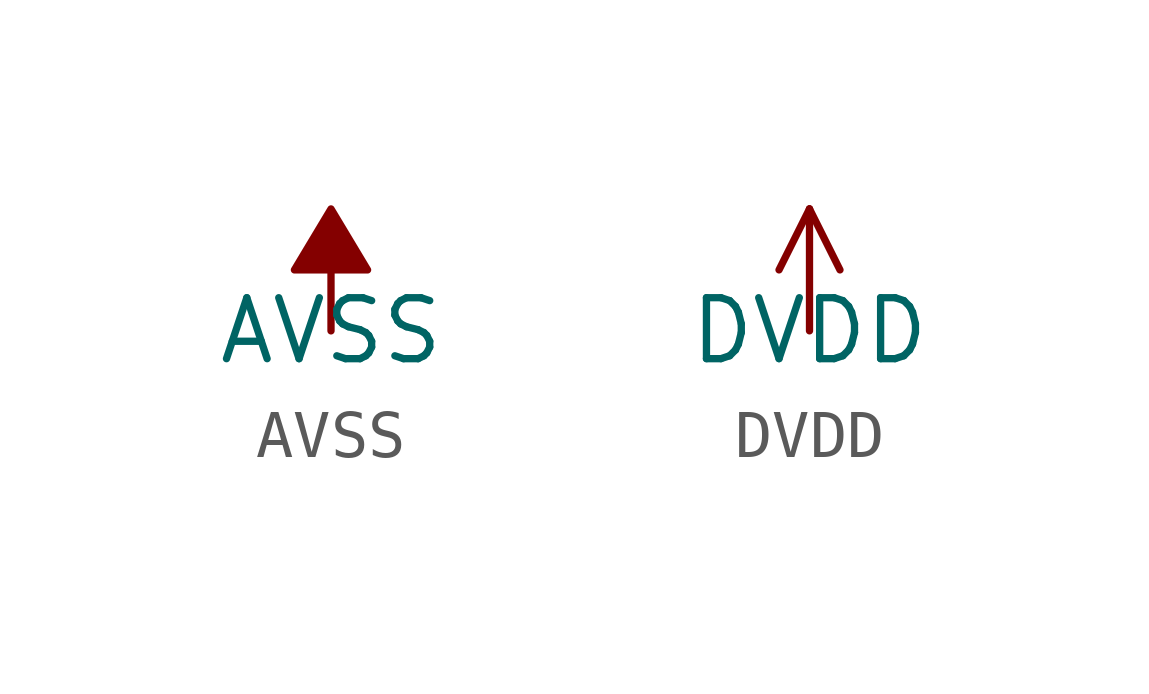
<source format=kicad_sym>
(kicad_symbol_lib
  (version 20231120)
  (generator "kicad_symbol_editor")
  (generator_version "8.0")
  (symbol "AVSS"
    (power)
    (property "Reference" "#PWR"
      (at 0 -2.032 0)
      (effects (font (size 1.27 1.27)) (hide yes)))
    (property "Value" "AVSS"
      (at 0 0 0)
      (effects (font (size 1.27 1.27))))
    (symbol "AVSS_0_1"
      (polyline (pts (xy 0 0) (xy 0 1.27) (xy 0.762 1.27) (xy 0 2.54) (xy -0.762 1.27) (xy 0 1.27)) (stroke (width 0) (type default)) (fill (type outline))))
    (symbol "AVSS_1_1"
      (pin power_in line (at 0 0 90) (length 2.54) hide (name "AVSS" (effects (font (size 1.27 1.27)))) (number "1" (effects (font (size 1.27 1.27)))))))
  (symbol "DVDD"
    (power)
    (property "Reference" "#PWR"
      (at 0 -1.016 0)
      (effects (font (size 1.27 1.27)) (hide yes)))
    (property "Value" "DVDD"
      (at 0 0 0)
      (effects (font (size 1.27 1.27))))
    (symbol "DVDD_0_1"
      (polyline (pts (xy -0.635 1.27) (xy 0 2.54)) (stroke (width 0) (type default)) (fill (type none)))
      (polyline (pts (xy 0 0) (xy 0 2.54)) (stroke (width 0) (type default)) (fill (type none)))
      (polyline (pts (xy 0 2.54) (xy 0.635 1.27)) (stroke (width 0) (type default)) (fill (type none))))
    (symbol "DVDD_1_1"
      (pin power_in line (at 0 0 90) (length 2.54) hide (name "DVDD" (effects (font (size 1.27 1.27)))) (number "1" (effects (font (size 1.27 1.27))))))))
</source>
